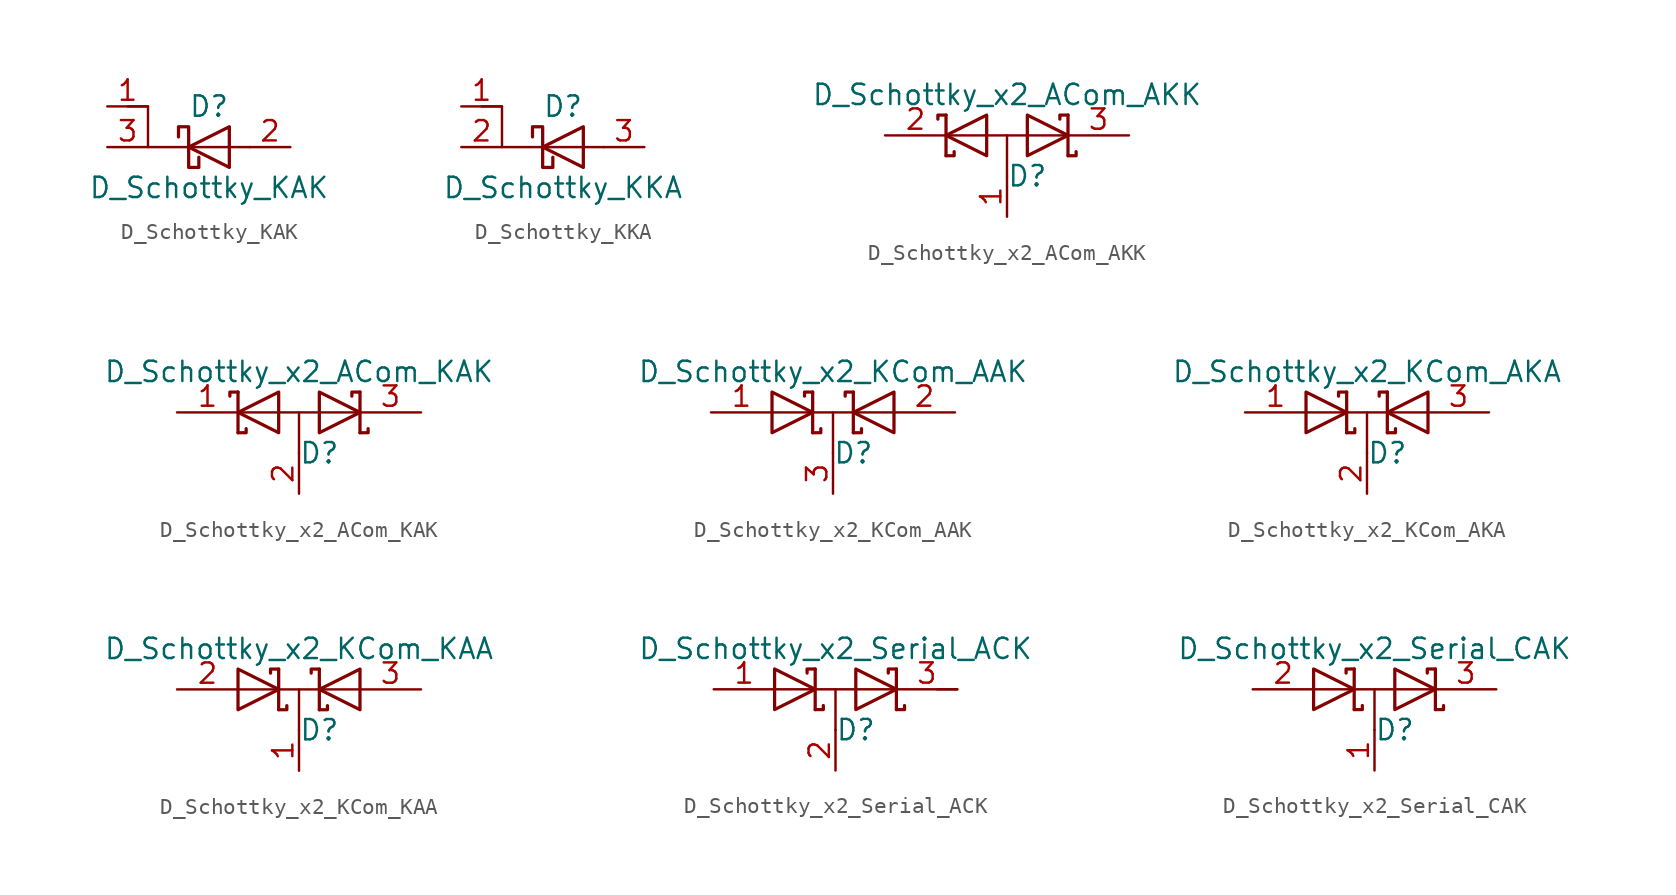
<source format=kicad_sym>
(kicad_symbol_lib
  (version 20211014)
  (generator kicad_symbol_editor)
  (symbol "D_Schottky_KAK"
    (pin_names
      (offset 0) hide)
    (property "Reference" "D"
      (at 0 2.54 0)
      (effects (font (size 1.27 1.27))))
    (property "Value" "D_Schottky_KAK"
      (at 0 -2.54 0)
      (effects (font (size 1.27 1.27))))
    (symbol "D_Schottky_KAK_0_1"
      (polyline (pts (xy -5.08 2.54) (xy -3.81 2.54) (xy -3.81 0) (xy 2.54 0)) (stroke (width 0) (type default) (color 0 0 0 0)) (fill (type none)))
      (polyline (pts (xy 1.27 1.27) (xy 1.27 -1.27) (xy -1.27 0) (xy 1.27 1.27)) (stroke (width 0.203) (type default) (color 0 0 0 0)) (fill (type none)))
      (polyline (pts (xy -1.905 0.635) (xy -1.905 1.27) (xy -1.27 1.27) (xy -1.27 -1.27) (xy -0.635 -1.27) (xy -0.635 -0.635)) (stroke (width 0.203) (type default) (color 0 0 0 0)) (fill (type none))))
    (symbol "D_Schottky_KAK_1_1"
      (pin input line (at -6.35 2.54 0) (length 2.54) (name "K" (effects (font (size 1.27 1.27)))) (number "1" (effects (font (size 1.27 1.27)))))
      (pin passive line (at 5.08 0 180) (length 2.54) (name "A" (effects (font (size 1.27 1.27)))) (number "2" (effects (font (size 1.27 1.27)))))
      (pin passive line (at -6.35 0 0) (length 2.54) (name "K" (effects (font (size 1.27 1.27)))) (number "3" (effects (font (size 1.27 1.27)))))))
  (symbol "D_Schottky_KKA"
    (pin_names
      (offset 0) hide)
    (property "Reference" "D"
      (at 0 2.54 0)
      (effects (font (size 1.27 1.27))))
    (property "Value" "D_Schottky_KKA"
      (at 0 -2.54 0)
      (effects (font (size 1.27 1.27))))
    (symbol "D_Schottky_KKA_0_1"
      (polyline (pts (xy -5.08 2.54) (xy -3.81 2.54) (xy -3.81 0) (xy 2.54 0)) (stroke (width 0) (type default) (color 0 0 0 0)) (fill (type none)))
      (polyline (pts (xy 1.27 1.27) (xy 1.27 -1.27) (xy -1.27 0) (xy 1.27 1.27)) (stroke (width 0.203) (type default) (color 0 0 0 0)) (fill (type none)))
      (polyline (pts (xy -1.905 0.635) (xy -1.905 1.27) (xy -1.27 1.27) (xy -1.27 -1.27) (xy -0.635 -1.27) (xy -0.635 -0.635)) (stroke (width 0.203) (type default) (color 0 0 0 0)) (fill (type none))))
    (symbol "D_Schottky_KKA_1_1"
      (pin input line (at -6.35 2.54 0) (length 2.54) (name "K" (effects (font (size 1.27 1.27)))) (number "1" (effects (font (size 1.27 1.27)))))
      (pin passive line (at -6.35 0 0) (length 2.54) (name "K" (effects (font (size 1.27 1.27)))) (number "2" (effects (font (size 1.27 1.27)))))
      (pin passive line (at 5.08 0 180) (length 2.54) (name "A" (effects (font (size 1.27 1.27)))) (number "3" (effects (font (size 1.27 1.27)))))))
  (symbol "D_Schottky_x2_ACom_AKK"
    (pin_names
      (offset 0.762) hide)
    (property "Reference" "D"
      (at 1.27 -2.54 0)
      (effects (font (size 1.27 1.27))))
    (property "Value" "D_Schottky_x2_ACom_AKK"
      (at 0 2.54 0)
      (effects (font (size 1.27 1.27))))
    (symbol "D_Schottky_x2_ACom_AKK_0_1"
      (polyline (pts (xy -3.556 0) (xy 3.81 0)) (stroke (width 0) (type default) (color 0 0 0 0)) (fill (type none)))
      (polyline (pts (xy 0 0) (xy 0 -2.54)) (stroke (width 0) (type default) (color 0 0 0 0)) (fill (type none)))
      (polyline (pts (xy -3.81 1.27) (xy -3.81 -1.27) (xy -3.81 -1.27)) (stroke (width 0.203) (type default) (color 0 0 0 0)) (fill (type none)))
      (polyline (pts (xy 3.81 1.27) (xy 3.81 -1.27) (xy 3.81 -1.27)) (stroke (width 0.203) (type default) (color 0 0 0 0)) (fill (type none)))
      (polyline (pts (xy -3.81 1.27) (xy -4.318 1.27) (xy -4.318 1.016) (xy -4.318 1.016)) (stroke (width 0.203) (type default) (color 0 0 0 0)) (fill (type none)))
      (polyline (pts (xy 3.81 -1.27) (xy 4.318 -1.27) (xy 4.318 -1.016) (xy 4.318 -1.016)) (stroke (width 0.203) (type default) (color 0 0 0 0)) (fill (type none)))
      (polyline (pts (xy 3.81 1.27) (xy 3.302 1.27) (xy 3.302 1.016) (xy 3.302 1.016)) (stroke (width 0.203) (type default) (color 0 0 0 0)) (fill (type none)))
      (polyline (pts (xy -3.302 -1.016) (xy -3.302 -1.27) (xy -3.81 -1.27) (xy -3.81 -1.27) (xy -3.81 -1.27)) (stroke (width 0.203) (type default) (color 0 0 0 0)) (fill (type none)))
      (polyline (pts (xy -1.27 -1.27) (xy -3.81 0) (xy -1.27 1.27) (xy -1.27 -1.27) (xy -1.27 -1.27) (xy -1.27 -1.27)) (stroke (width 0.203) (type default) (color 0 0 0 0)) (fill (type none)))
      (polyline (pts (xy 1.27 1.27) (xy 3.81 0) (xy 1.27 -1.27) (xy 1.27 1.27) (xy 1.27 1.27) (xy 1.27 1.27)) (stroke (width 0.203) (type default) (color 0 0 0 0)) (fill (type none)))
      (pin passive line (at 0 -5.08 90) (length 2.54) (name "A" (effects (font (size 1.27 1.27)))) (number "1" (effects (font (size 1.27 1.27)))))
      (pin passive line (at -7.62 0 0) (length 3.81) (name "K" (effects (font (size 1.27 1.27)))) (number "2" (effects (font (size 1.27 1.27)))))
      (pin passive line (at 7.62 0 180) (length 3.81) (name "K" (effects (font (size 1.27 1.27)))) (number "3" (effects (font (size 1.27 1.27)))))))
  (symbol "D_Schottky_x2_ACom_KAK"
    (pin_names
      (offset 0.762) hide)
    (property "Reference" "D"
      (at 1.27 -2.54 0)
      (effects (font (size 1.27 1.27))))
    (property "Value" "D_Schottky_x2_ACom_KAK"
      (at 0 2.54 0)
      (effects (font (size 1.27 1.27))))
    (symbol "D_Schottky_x2_ACom_KAK_0_1"
      (polyline (pts (xy -3.556 0) (xy 3.81 0)) (stroke (width 0) (type default) (color 0 0 0 0)) (fill (type none)))
      (polyline (pts (xy 0 0) (xy 0 -2.54)) (stroke (width 0) (type default) (color 0 0 0 0)) (fill (type none)))
      (polyline (pts (xy -3.81 1.27) (xy -3.81 -1.27) (xy -3.81 -1.27)) (stroke (width 0.203) (type default) (color 0 0 0 0)) (fill (type none)))
      (polyline (pts (xy 3.81 1.27) (xy 3.81 -1.27) (xy 3.81 -1.27)) (stroke (width 0.203) (type default) (color 0 0 0 0)) (fill (type none)))
      (polyline (pts (xy -3.81 1.27) (xy -4.318 1.27) (xy -4.318 1.016) (xy -4.318 1.016)) (stroke (width 0.203) (type default) (color 0 0 0 0)) (fill (type none)))
      (polyline (pts (xy 3.81 -1.27) (xy 4.318 -1.27) (xy 4.318 -1.016) (xy 4.318 -1.016)) (stroke (width 0.203) (type default) (color 0 0 0 0)) (fill (type none)))
      (polyline (pts (xy 3.81 1.27) (xy 3.302 1.27) (xy 3.302 1.016) (xy 3.302 1.016)) (stroke (width 0.203) (type default) (color 0 0 0 0)) (fill (type none)))
      (polyline (pts (xy -3.302 -1.016) (xy -3.302 -1.27) (xy -3.81 -1.27) (xy -3.81 -1.27) (xy -3.81 -1.27)) (stroke (width 0.203) (type default) (color 0 0 0 0)) (fill (type none)))
      (polyline (pts (xy -1.27 -1.27) (xy -3.81 0) (xy -1.27 1.27) (xy -1.27 -1.27) (xy -1.27 -1.27) (xy -1.27 -1.27)) (stroke (width 0.203) (type default) (color 0 0 0 0)) (fill (type none)))
      (polyline (pts (xy 1.27 1.27) (xy 3.81 0) (xy 1.27 -1.27) (xy 1.27 1.27) (xy 1.27 1.27) (xy 1.27 1.27)) (stroke (width 0.203) (type default) (color 0 0 0 0)) (fill (type none)))
      (pin passive line (at -7.62 0 0) (length 3.81) (name "K" (effects (font (size 1.27 1.27)))) (number "1" (effects (font (size 1.27 1.27)))))
      (pin passive line (at 0 -5.08 90) (length 2.54) (name "A" (effects (font (size 1.27 1.27)))) (number "2" (effects (font (size 1.27 1.27)))))
      (pin passive line (at 7.62 0 180) (length 3.81) (name "K" (effects (font (size 1.27 1.27)))) (number "3" (effects (font (size 1.27 1.27)))))))
  (symbol "D_Schottky_x2_KCom_AAK"
    (pin_names
      (offset 0.762) hide)
    (property "Reference" "D"
      (at 1.27 -2.54 0)
      (effects (font (size 1.27 1.27))))
    (property "Value" "D_Schottky_x2_KCom_AAK"
      (at 0 2.54 0)
      (effects (font (size 1.27 1.27))))
    (symbol "D_Schottky_x2_KCom_AAK_0_1"
      (polyline (pts (xy -3.81 0) (xy 3.81 0)) (stroke (width 0) (type default) (color 0 0 0 0)) (fill (type none)))
      (polyline (pts (xy 0 0) (xy 0 -2.54)) (stroke (width 0) (type default) (color 0 0 0 0)) (fill (type none)))
      (polyline (pts (xy -1.27 -1.27) (xy -1.27 1.27) (xy -1.27 1.27)) (stroke (width 0.203) (type default) (color 0 0 0 0)) (fill (type none)))
      (polyline (pts (xy 1.27 -1.27) (xy 1.27 1.27) (xy 1.27 1.27)) (stroke (width 0.203) (type default) (color 0 0 0 0)) (fill (type none)))
      (polyline (pts (xy -1.27 -1.27) (xy -0.762 -1.27) (xy -0.762 -1.016) (xy -0.762 -1.016)) (stroke (width 0.203) (type default) (color 0 0 0 0)) (fill (type none)))
      (polyline (pts (xy 1.27 -1.27) (xy 1.778 -1.27) (xy 1.778 -1.016) (xy 1.778 -1.016)) (stroke (width 0.203) (type default) (color 0 0 0 0)) (fill (type none)))
      (polyline (pts (xy 1.27 1.27) (xy 0.762 1.27) (xy 0.762 1.016) (xy 0.762 1.016)) (stroke (width 0.203) (type default) (color 0 0 0 0)) (fill (type none)))
      (polyline (pts (xy -1.778 1.016) (xy -1.778 1.27) (xy -1.27 1.27) (xy -1.27 1.27) (xy -1.27 1.27)) (stroke (width 0.203) (type default) (color 0 0 0 0)) (fill (type none)))
      (polyline (pts (xy -3.81 1.27) (xy -1.27 0) (xy -3.81 -1.27) (xy -3.81 1.27) (xy -3.81 1.27) (xy -3.81 1.27)) (stroke (width 0.203) (type default) (color 0 0 0 0)) (fill (type none)))
      (polyline (pts (xy 3.81 -1.27) (xy 1.27 0) (xy 3.81 1.27) (xy 3.81 -1.27) (xy 3.81 -1.27) (xy 3.81 -1.27)) (stroke (width 0.203) (type default) (color 0 0 0 0)) (fill (type none)))
      (pin passive line (at -7.62 0 0) (length 3.81) (name "A" (effects (font (size 1.27 1.27)))) (number "1" (effects (font (size 1.27 1.27)))))
      (pin passive line (at 7.62 0 180) (length 3.81) (name "A" (effects (font (size 1.27 1.27)))) (number "2" (effects (font (size 1.27 1.27)))))
      (pin passive line (at 0 -5.08 90) (length 2.54) (name "K" (effects (font (size 1.27 1.27)))) (number "3" (effects (font (size 1.27 1.27)))))))
  (symbol "D_Schottky_x2_KCom_AKA"
    (pin_names
      (offset 0.762) hide)
    (property "Reference" "D"
      (at 1.27 -2.54 0)
      (effects (font (size 1.27 1.27))))
    (property "Value" "D_Schottky_x2_KCom_AKA"
      (at 0 2.54 0)
      (effects (font (size 1.27 1.27))))
    (symbol "D_Schottky_x2_KCom_AKA_0_1"
      (polyline (pts (xy 0 0) (xy 0 -2.54)) (stroke (width 0) (type default) (color 0 0 0 0)) (fill (type none)))
      (polyline (pts (xy 3.81 0) (xy -3.81 0)) (stroke (width 0) (type default) (color 0 0 0 0)) (fill (type none)))
      (polyline (pts (xy -1.27 -1.27) (xy -1.27 1.27) (xy -1.27 1.27)) (stroke (width 0.203) (type default) (color 0 0 0 0)) (fill (type none)))
      (polyline (pts (xy 1.27 -1.27) (xy 1.27 1.27) (xy 1.27 1.27)) (stroke (width 0.203) (type default) (color 0 0 0 0)) (fill (type none)))
      (polyline (pts (xy -1.27 -1.27) (xy -0.762 -1.27) (xy -0.762 -1.016) (xy -0.762 -1.016)) (stroke (width 0.203) (type default) (color 0 0 0 0)) (fill (type none)))
      (polyline (pts (xy 1.27 -1.27) (xy 1.778 -1.27) (xy 1.778 -1.016) (xy 1.778 -1.016)) (stroke (width 0.203) (type default) (color 0 0 0 0)) (fill (type none)))
      (polyline (pts (xy 1.27 1.27) (xy 0.762 1.27) (xy 0.762 1.016) (xy 0.762 1.016)) (stroke (width 0.203) (type default) (color 0 0 0 0)) (fill (type none)))
      (polyline (pts (xy -1.778 1.016) (xy -1.778 1.27) (xy -1.27 1.27) (xy -1.27 1.27) (xy -1.27 1.27)) (stroke (width 0.203) (type default) (color 0 0 0 0)) (fill (type none)))
      (polyline (pts (xy -3.81 1.27) (xy -1.27 0) (xy -3.81 -1.27) (xy -3.81 1.27) (xy -3.81 1.27) (xy -3.81 1.27)) (stroke (width 0.203) (type default) (color 0 0 0 0)) (fill (type none)))
      (polyline (pts (xy 3.81 -1.27) (xy 1.27 0) (xy 3.81 1.27) (xy 3.81 -1.27) (xy 3.81 -1.27) (xy 3.81 -1.27)) (stroke (width 0.203) (type default) (color 0 0 0 0)) (fill (type none)))
      (pin passive line (at -7.62 0 0) (length 3.81) (name "A" (effects (font (size 1.27 1.27)))) (number "1" (effects (font (size 1.27 1.27)))))
      (pin passive line (at 0 -5.08 90) (length 2.54) (name "K" (effects (font (size 1.27 1.27)))) (number "2" (effects (font (size 1.27 1.27)))))
      (pin passive line (at 7.62 0 180) (length 3.81) (name "A" (effects (font (size 1.27 1.27)))) (number "3" (effects (font (size 1.27 1.27)))))))
  (symbol "D_Schottky_x2_KCom_KAA"
    (pin_names
      (offset 0.762) hide)
    (property "Reference" "D"
      (at 1.27 -2.54 0)
      (effects (font (size 1.27 1.27))))
    (property "Value" "D_Schottky_x2_KCom_KAA"
      (at 0 2.54 0)
      (effects (font (size 1.27 1.27))))
    (symbol "D_Schottky_x2_KCom_KAA_0_1"
      (polyline (pts (xy -3.81 0) (xy 3.81 0)) (stroke (width 0) (type default) (color 0 0 0 0)) (fill (type none)))
      (polyline (pts (xy 0 0) (xy 0 -2.54)) (stroke (width 0) (type default) (color 0 0 0 0)) (fill (type none)))
      (polyline (pts (xy -1.27 -1.27) (xy -1.27 1.27) (xy -1.27 1.27)) (stroke (width 0.203) (type default) (color 0 0 0 0)) (fill (type none)))
      (polyline (pts (xy 1.27 -1.27) (xy 1.27 1.27) (xy 1.27 1.27)) (stroke (width 0.203) (type default) (color 0 0 0 0)) (fill (type none)))
      (polyline (pts (xy -1.27 -1.27) (xy -0.762 -1.27) (xy -0.762 -1.016) (xy -0.762 -1.016)) (stroke (width 0.203) (type default) (color 0 0 0 0)) (fill (type none)))
      (polyline (pts (xy 1.27 -1.27) (xy 1.778 -1.27) (xy 1.778 -1.016) (xy 1.778 -1.016)) (stroke (width 0.203) (type default) (color 0 0 0 0)) (fill (type none)))
      (polyline (pts (xy 1.27 1.27) (xy 0.762 1.27) (xy 0.762 1.016) (xy 0.762 1.016)) (stroke (width 0.203) (type default) (color 0 0 0 0)) (fill (type none)))
      (polyline (pts (xy -1.778 1.016) (xy -1.778 1.27) (xy -1.27 1.27) (xy -1.27 1.27) (xy -1.27 1.27)) (stroke (width 0.203) (type default) (color 0 0 0 0)) (fill (type none)))
      (polyline (pts (xy -3.81 1.27) (xy -1.27 0) (xy -3.81 -1.27) (xy -3.81 1.27) (xy -3.81 1.27) (xy -3.81 1.27)) (stroke (width 0.203) (type default) (color 0 0 0 0)) (fill (type none)))
      (polyline (pts (xy 3.81 -1.27) (xy 1.27 0) (xy 3.81 1.27) (xy 3.81 -1.27) (xy 3.81 -1.27) (xy 3.81 -1.27)) (stroke (width 0.203) (type default) (color 0 0 0 0)) (fill (type none)))
      (pin passive line (at 0 -5.08 90) (length 2.54) (name "K" (effects (font (size 1.27 1.27)))) (number "1" (effects (font (size 1.27 1.27)))))
      (pin passive line (at -7.62 0 0) (length 3.81) (name "A" (effects (font (size 1.27 1.27)))) (number "2" (effects (font (size 1.27 1.27)))))
      (pin passive line (at 7.62 0 180) (length 3.81) (name "A" (effects (font (size 1.27 1.27)))) (number "3" (effects (font (size 1.27 1.27)))))))
  (symbol "D_Schottky_x2_Serial_ACK"
    (pin_names
      (offset 0.762) hide)
    (property "Reference" "D"
      (at 1.27 -2.54 0)
      (effects (font (size 1.27 1.27))))
    (property "Value" "D_Schottky_x2_Serial_ACK"
      (at 0 2.54 0)
      (effects (font (size 1.27 1.27))))
    (symbol "D_Schottky_x2_Serial_ACK_0_1"
      (polyline (pts (xy 0 0) (xy 0 -2.54)) (stroke (width 0) (type default) (color 0 0 0 0)) (fill (type none)))
      (polyline (pts (xy 3.81 0) (xy -3.81 0)) (stroke (width 0) (type default) (color 0 0 0 0)) (fill (type none)))
      (polyline (pts (xy 6.35 0) (xy 7.62 0)) (stroke (width 0) (type default) (color 0 0 0 0)) (fill (type none)))
      (polyline (pts (xy -1.27 -1.27) (xy -1.27 1.27) (xy -1.27 1.27)) (stroke (width 0.203) (type default) (color 0 0 0 0)) (fill (type none)))
      (polyline (pts (xy 3.81 1.27) (xy 3.81 -1.27) (xy 3.81 -1.27)) (stroke (width 0.203) (type default) (color 0 0 0 0)) (fill (type none)))
      (polyline (pts (xy -1.27 -1.27) (xy -0.762 -1.27) (xy -0.762 -1.016) (xy -0.762 -1.016)) (stroke (width 0.203) (type default) (color 0 0 0 0)) (fill (type none)))
      (polyline (pts (xy 3.81 -1.27) (xy 4.318 -1.27) (xy 4.318 -1.016) (xy 4.318 -1.016)) (stroke (width 0.203) (type default) (color 0 0 0 0)) (fill (type none)))
      (polyline (pts (xy 3.81 1.27) (xy 3.302 1.27) (xy 3.302 1.016) (xy 3.302 1.016)) (stroke (width 0.203) (type default) (color 0 0 0 0)) (fill (type none)))
      (polyline (pts (xy -1.778 1.016) (xy -1.778 1.27) (xy -1.27 1.27) (xy -1.27 1.27) (xy -1.27 1.27)) (stroke (width 0.203) (type default) (color 0 0 0 0)) (fill (type none)))
      (polyline (pts (xy -3.81 1.27) (xy -1.27 0) (xy -3.81 -1.27) (xy -3.81 1.27) (xy -3.81 1.27) (xy -3.81 1.27)) (stroke (width 0.203) (type default) (color 0 0 0 0)) (fill (type none)))
      (polyline (pts (xy 1.27 1.27) (xy 3.81 0) (xy 1.27 -1.27) (xy 1.27 1.27) (xy 1.27 1.27) (xy 1.27 1.27)) (stroke (width 0.203) (type default) (color 0 0 0 0)) (fill (type none)))
      (pin passive line (at -7.62 0 0) (length 3.81) (name "A" (effects (font (size 1.27 1.27)))) (number "1" (effects (font (size 1.27 1.27)))))
      (pin passive line (at 0 -5.08 90) (length 2.54) (name "common" (effects (font (size 1.27 1.27)))) (number "2" (effects (font (size 1.27 1.27)))))
      (pin passive line (at 7.62 0 180) (length 3.81) (name "K" (effects (font (size 1.27 1.27)))) (number "3" (effects (font (size 1.27 1.27)))))))
  (symbol "D_Schottky_x2_Serial_CAK"
    (pin_names
      (offset 0.762) hide)
    (property "Reference" "D"
      (at 1.27 -2.54 0)
      (effects (font (size 1.27 1.27))))
    (property "Value" "D_Schottky_x2_Serial_CAK"
      (at 0 2.54 0)
      (effects (font (size 1.27 1.27))))
    (symbol "D_Schottky_x2_Serial_CAK_0_1"
      (polyline (pts (xy -3.81 0) (xy 3.81 0)) (stroke (width 0) (type default) (color 0 0 0 0)) (fill (type none)))
      (polyline (pts (xy 0 0) (xy 0 -2.54)) (stroke (width 0) (type default) (color 0 0 0 0)) (fill (type none)))
      (polyline (pts (xy -1.27 -1.27) (xy -1.27 1.27) (xy -1.27 1.27)) (stroke (width 0.203) (type default) (color 0 0 0 0)) (fill (type none)))
      (polyline (pts (xy 3.81 1.27) (xy 3.81 -1.27) (xy 3.81 -1.27)) (stroke (width 0.203) (type default) (color 0 0 0 0)) (fill (type none)))
      (polyline (pts (xy -1.27 -1.27) (xy -0.762 -1.27) (xy -0.762 -1.016) (xy -0.762 -1.016)) (stroke (width 0.203) (type default) (color 0 0 0 0)) (fill (type none)))
      (polyline (pts (xy 3.81 -1.27) (xy 4.318 -1.27) (xy 4.318 -1.016) (xy 4.318 -1.016)) (stroke (width 0.203) (type default) (color 0 0 0 0)) (fill (type none)))
      (polyline (pts (xy 3.81 1.27) (xy 3.302 1.27) (xy 3.302 1.016) (xy 3.302 1.016)) (stroke (width 0.203) (type default) (color 0 0 0 0)) (fill (type none)))
      (polyline (pts (xy -1.778 1.016) (xy -1.778 1.27) (xy -1.27 1.27) (xy -1.27 1.27) (xy -1.27 1.27)) (stroke (width 0.203) (type default) (color 0 0 0 0)) (fill (type none)))
      (polyline (pts (xy -3.81 1.27) (xy -1.27 0) (xy -3.81 -1.27) (xy -3.81 1.27) (xy -3.81 1.27) (xy -3.81 1.27)) (stroke (width 0.203) (type default) (color 0 0 0 0)) (fill (type none)))
      (polyline (pts (xy 1.27 1.27) (xy 3.81 0) (xy 1.27 -1.27) (xy 1.27 1.27) (xy 1.27 1.27) (xy 1.27 1.27)) (stroke (width 0.203) (type default) (color 0 0 0 0)) (fill (type none)))
      (pin passive line (at 0 -5.08 90) (length 2.54) (name "common" (effects (font (size 1.27 1.27)))) (number "1" (effects (font (size 1.27 1.27)))))
      (pin passive line (at -7.62 0 0) (length 3.81) (name "A" (effects (font (size 1.27 1.27)))) (number "2" (effects (font (size 1.27 1.27)))))
      (pin passive line (at 7.62 0 180) (length 3.81) (name "K" (effects (font (size 1.27 1.27)))) (number "3" (effects (font (size 1.27 1.27))))))))
</source>
